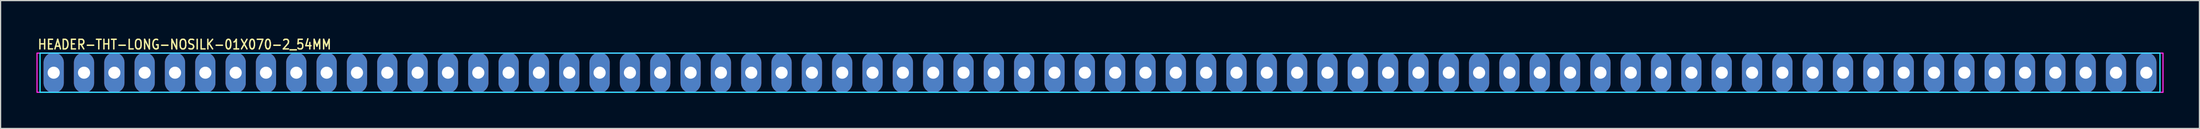
<source format=kicad_pcb>
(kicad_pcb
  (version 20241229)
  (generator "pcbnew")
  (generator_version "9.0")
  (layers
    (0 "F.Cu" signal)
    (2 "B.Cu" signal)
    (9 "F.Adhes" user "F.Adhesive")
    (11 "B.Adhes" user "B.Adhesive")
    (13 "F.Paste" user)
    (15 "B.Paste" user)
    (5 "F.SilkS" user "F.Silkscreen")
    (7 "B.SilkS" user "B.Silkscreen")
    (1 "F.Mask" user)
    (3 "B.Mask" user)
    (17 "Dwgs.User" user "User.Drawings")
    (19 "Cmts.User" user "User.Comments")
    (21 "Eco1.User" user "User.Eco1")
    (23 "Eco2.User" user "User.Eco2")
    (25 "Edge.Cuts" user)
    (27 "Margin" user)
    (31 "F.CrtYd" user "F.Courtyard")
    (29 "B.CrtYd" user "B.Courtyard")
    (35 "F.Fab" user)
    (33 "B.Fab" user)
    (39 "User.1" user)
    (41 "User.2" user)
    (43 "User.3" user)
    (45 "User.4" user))
  (footprint "HEADER-THT-LONG-NOSILK-01X070-2_54MM"
    (layer "F.Cu")
    (at 1.447 3.079)
    (property "Reference" "HEADER-THT-LONG-NOSILK-01X070-2_54MM" (at -1.4 -1.9 0) (unlocked yes) (layer "F.SilkS") (effects (font (size 0.813 0.695) (thickness 0.122)) (justify left bottom)))
    (fp_poly (pts (xy -1.143 -1.651) (xy 176.403 -1.651) (xy 176.403 1.651) (xy -1.143 1.651)) (stroke (width 0.1) (type solid)) (fill no) (layer "B.CrtYd"))
    (fp_poly (pts (xy -1.397 -1.651) (xy 176.657 -1.651) (xy 176.657 1.651) (xy -1.397 1.651)) (stroke (width 0.1) (type solid)) (fill no) (layer "F.CrtYd"))
    (pad "1" thru_hole oval (at 0 0 90) (size 3.387 1.693) (drill 1.016) (layers "*.Cu" "*.Mask"))
    (pad "2" thru_hole oval (at 2.54 0 90) (size 3.387 1.693) (drill 1.016) (layers "*.Cu" "*.Mask"))
    (pad "3" thru_hole oval (at 5.08 0 90) (size 3.387 1.693) (drill 1.016) (layers "*.Cu" "*.Mask"))
    (pad "4" thru_hole oval (at 7.62 0 90) (size 3.387 1.693) (drill 1.016) (layers "*.Cu" "*.Mask"))
    (pad "5" thru_hole oval (at 10.16 0 90) (size 3.387 1.693) (drill 1.016) (layers "*.Cu" "*.Mask"))
    (pad "6" thru_hole oval (at 12.7 0 90) (size 3.387 1.693) (drill 1.016) (layers "*.Cu" "*.Mask"))
    (pad "7" thru_hole oval (at 15.24 0 90) (size 3.387 1.693) (drill 1.016) (layers "*.Cu" "*.Mask"))
    (pad "8" thru_hole oval (at 17.78 0 90) (size 3.387 1.693) (drill 1.016) (layers "*.Cu" "*.Mask"))
    (pad "9" thru_hole oval (at 20.32 0 90) (size 3.387 1.693) (drill 1.016) (layers "*.Cu" "*.Mask"))
    (pad "10" thru_hole oval (at 22.86 0 90) (size 3.387 1.693) (drill 1.016) (layers "*.Cu" "*.Mask"))
    (pad "11" thru_hole oval (at 25.4 0 90) (size 3.387 1.693) (drill 1.016) (layers "*.Cu" "*.Mask"))
    (pad "12" thru_hole oval (at 27.94 0 90) (size 3.387 1.693) (drill 1.016) (layers "*.Cu" "*.Mask"))
    (pad "13" thru_hole oval (at 30.48 0 90) (size 3.387 1.693) (drill 1.016) (layers "*.Cu" "*.Mask"))
    (pad "14" thru_hole oval (at 33.02 0 90) (size 3.387 1.693) (drill 1.016) (layers "*.Cu" "*.Mask"))
    (pad "15" thru_hole oval (at 35.56 0 90) (size 3.387 1.693) (drill 1.016) (layers "*.Cu" "*.Mask"))
    (pad "16" thru_hole oval (at 38.1 0 90) (size 3.387 1.693) (drill 1.016) (layers "*.Cu" "*.Mask"))
    (pad "17" thru_hole oval (at 40.64 0 90) (size 3.387 1.693) (drill 1.016) (layers "*.Cu" "*.Mask"))
    (pad "18" thru_hole oval (at 43.18 0 90) (size 3.387 1.693) (drill 1.016) (layers "*.Cu" "*.Mask"))
    (pad "19" thru_hole oval (at 45.72 0 90) (size 3.387 1.693) (drill 1.016) (layers "*.Cu" "*.Mask"))
    (pad "20" thru_hole oval (at 48.26 0 90) (size 3.387 1.693) (drill 1.016) (layers "*.Cu" "*.Mask"))
    (pad "21" thru_hole oval (at 50.8 0 90) (size 3.387 1.693) (drill 1.016) (layers "*.Cu" "*.Mask"))
    (pad "22" thru_hole oval (at 53.34 0 90) (size 3.387 1.693) (drill 1.016) (layers "*.Cu" "*.Mask"))
    (pad "23" thru_hole oval (at 55.88 0 90) (size 3.387 1.693) (drill 1.016) (layers "*.Cu" "*.Mask"))
    (pad "24" thru_hole oval (at 58.42 0 90) (size 3.387 1.693) (drill 1.016) (layers "*.Cu" "*.Mask"))
    (pad "25" thru_hole oval (at 60.96 0 90) (size 3.387 1.693) (drill 1.016) (layers "*.Cu" "*.Mask"))
    (pad "26" thru_hole oval (at 63.5 0 90) (size 3.387 1.693) (drill 1.016) (layers "*.Cu" "*.Mask"))
    (pad "27" thru_hole oval (at 66.04 0 90) (size 3.387 1.693) (drill 1.016) (layers "*.Cu" "*.Mask"))
    (pad "28" thru_hole oval (at 68.58 0 90) (size 3.387 1.693) (drill 1.016) (layers "*.Cu" "*.Mask"))
    (pad "29" thru_hole oval (at 71.12 0 90) (size 3.387 1.693) (drill 1.016) (layers "*.Cu" "*.Mask"))
    (pad "30" thru_hole oval (at 73.66 0 90) (size 3.387 1.693) (drill 1.016) (layers "*.Cu" "*.Mask"))
    (pad "31" thru_hole oval (at 76.2 0 90) (size 3.387 1.693) (drill 1.016) (layers "*.Cu" "*.Mask"))
    (pad "32" thru_hole oval (at 78.74 0 90) (size 3.387 1.693) (drill 1.016) (layers "*.Cu" "*.Mask"))
    (pad "33" thru_hole oval (at 81.28 0 90) (size 3.387 1.693) (drill 1.016) (layers "*.Cu" "*.Mask"))
    (pad "34" thru_hole oval (at 83.82 0 90) (size 3.387 1.693) (drill 1.016) (layers "*.Cu" "*.Mask"))
    (pad "35" thru_hole oval (at 86.36 0 90) (size 3.387 1.693) (drill 1.016) (layers "*.Cu" "*.Mask"))
    (pad "36" thru_hole oval (at 88.9 0 90) (size 3.387 1.693) (drill 1.016) (layers "*.Cu" "*.Mask"))
    (pad "37" thru_hole oval (at 91.44 0 90) (size 3.387 1.693) (drill 1.016) (layers "*.Cu" "*.Mask"))
    (pad "38" thru_hole oval (at 93.98 0 90) (size 3.387 1.693) (drill 1.016) (layers "*.Cu" "*.Mask"))
    (pad "39" thru_hole oval (at 96.52 0 90) (size 3.387 1.693) (drill 1.016) (layers "*.Cu" "*.Mask"))
    (pad "40" thru_hole oval (at 99.06 0 90) (size 3.387 1.693) (drill 1.016) (layers "*.Cu" "*.Mask"))
    (pad "41" thru_hole oval (at 101.6 0 90) (size 3.387 1.693) (drill 1.016) (layers "*.Cu" "*.Mask"))
    (pad "42" thru_hole oval (at 104.14 0 90) (size 3.387 1.693) (drill 1.016) (layers "*.Cu" "*.Mask"))
    (pad "43" thru_hole oval (at 106.68 0 90) (size 3.387 1.693) (drill 1.016) (layers "*.Cu" "*.Mask"))
    (pad "44" thru_hole oval (at 109.22 0 90) (size 3.387 1.693) (drill 1.016) (layers "*.Cu" "*.Mask"))
    (pad "45" thru_hole oval (at 111.76 0 90) (size 3.387 1.693) (drill 1.016) (layers "*.Cu" "*.Mask"))
    (pad "46" thru_hole oval (at 114.3 0 90) (size 3.387 1.693) (drill 1.016) (layers "*.Cu" "*.Mask"))
    (pad "47" thru_hole oval (at 116.84 0 90) (size 3.387 1.693) (drill 1.016) (layers "*.Cu" "*.Mask"))
    (pad "48" thru_hole oval (at 119.38 0 90) (size 3.387 1.693) (drill 1.016) (layers "*.Cu" "*.Mask"))
    (pad "49" thru_hole oval (at 121.92 0 90) (size 3.387 1.693) (drill 1.016) (layers "*.Cu" "*.Mask"))
    (pad "50" thru_hole oval (at 124.46 0 90) (size 3.387 1.693) (drill 1.016) (layers "*.Cu" "*.Mask"))
    (pad "51" thru_hole oval (at 127 0 90) (size 3.387 1.693) (drill 1.016) (layers "*.Cu" "*.Mask"))
    (pad "52" thru_hole oval (at 129.54 0 90) (size 3.387 1.693) (drill 1.016) (layers "*.Cu" "*.Mask"))
    (pad "53" thru_hole oval (at 132.08 0 90) (size 3.387 1.693) (drill 1.016) (layers "*.Cu" "*.Mask"))
    (pad "54" thru_hole oval (at 134.62 0 90) (size 3.387 1.693) (drill 1.016) (layers "*.Cu" "*.Mask"))
    (pad "55" thru_hole oval (at 137.16 0 90) (size 3.387 1.693) (drill 1.016) (layers "*.Cu" "*.Mask"))
    (pad "56" thru_hole oval (at 139.7 0 90) (size 3.387 1.693) (drill 1.016) (layers "*.Cu" "*.Mask"))
    (pad "57" thru_hole oval (at 142.24 0 90) (size 3.387 1.693) (drill 1.016) (layers "*.Cu" "*.Mask"))
    (pad "58" thru_hole oval (at 144.78 0 90) (size 3.387 1.693) (drill 1.016) (layers "*.Cu" "*.Mask"))
    (pad "59" thru_hole oval (at 147.32 0 90) (size 3.387 1.693) (drill 1.016) (layers "*.Cu" "*.Mask"))
    (pad "60" thru_hole oval (at 149.86 0 90) (size 3.387 1.693) (drill 1.016) (layers "*.Cu" "*.Mask"))
    (pad "61" thru_hole oval (at 152.4 0 90) (size 3.387 1.693) (drill 1.016) (layers "*.Cu" "*.Mask"))
    (pad "62" thru_hole oval (at 154.94 0 90) (size 3.387 1.693) (drill 1.016) (layers "*.Cu" "*.Mask"))
    (pad "63" thru_hole oval (at 157.48 0 90) (size 3.387 1.693) (drill 1.016) (layers "*.Cu" "*.Mask"))
    (pad "64" thru_hole oval (at 160.02 0 90) (size 3.387 1.693) (drill 1.016) (layers "*.Cu" "*.Mask"))
    (pad "65" thru_hole oval (at 162.56 0 90) (size 3.387 1.693) (drill 1.016) (layers "*.Cu" "*.Mask"))
    (pad "66" thru_hole oval (at 165.1 0 90) (size 3.387 1.693) (drill 1.016) (layers "*.Cu" "*.Mask"))
    (pad "67" thru_hole oval (at 167.64 0 90) (size 3.387 1.693) (drill 1.016) (layers "*.Cu" "*.Mask"))
    (pad "68" thru_hole oval (at 170.18 0 90) (size 3.387 1.693) (drill 1.016) (layers "*.Cu" "*.Mask"))
    (pad "69" thru_hole oval (at 172.72 0 90) (size 3.387 1.693) (drill 1.016) (layers "*.Cu" "*.Mask"))
    (pad "70" thru_hole oval (at 175.26 0 90) (size 3.387 1.693) (drill 1.016) (layers "*.Cu" "*.Mask")))
  (gr_rect
    (start -3 -3)
    (end 181.154 7.78)
    (stroke (width 0.1) (type default))
    (fill no)
    (layer "Edge.Cuts")))
</source>
